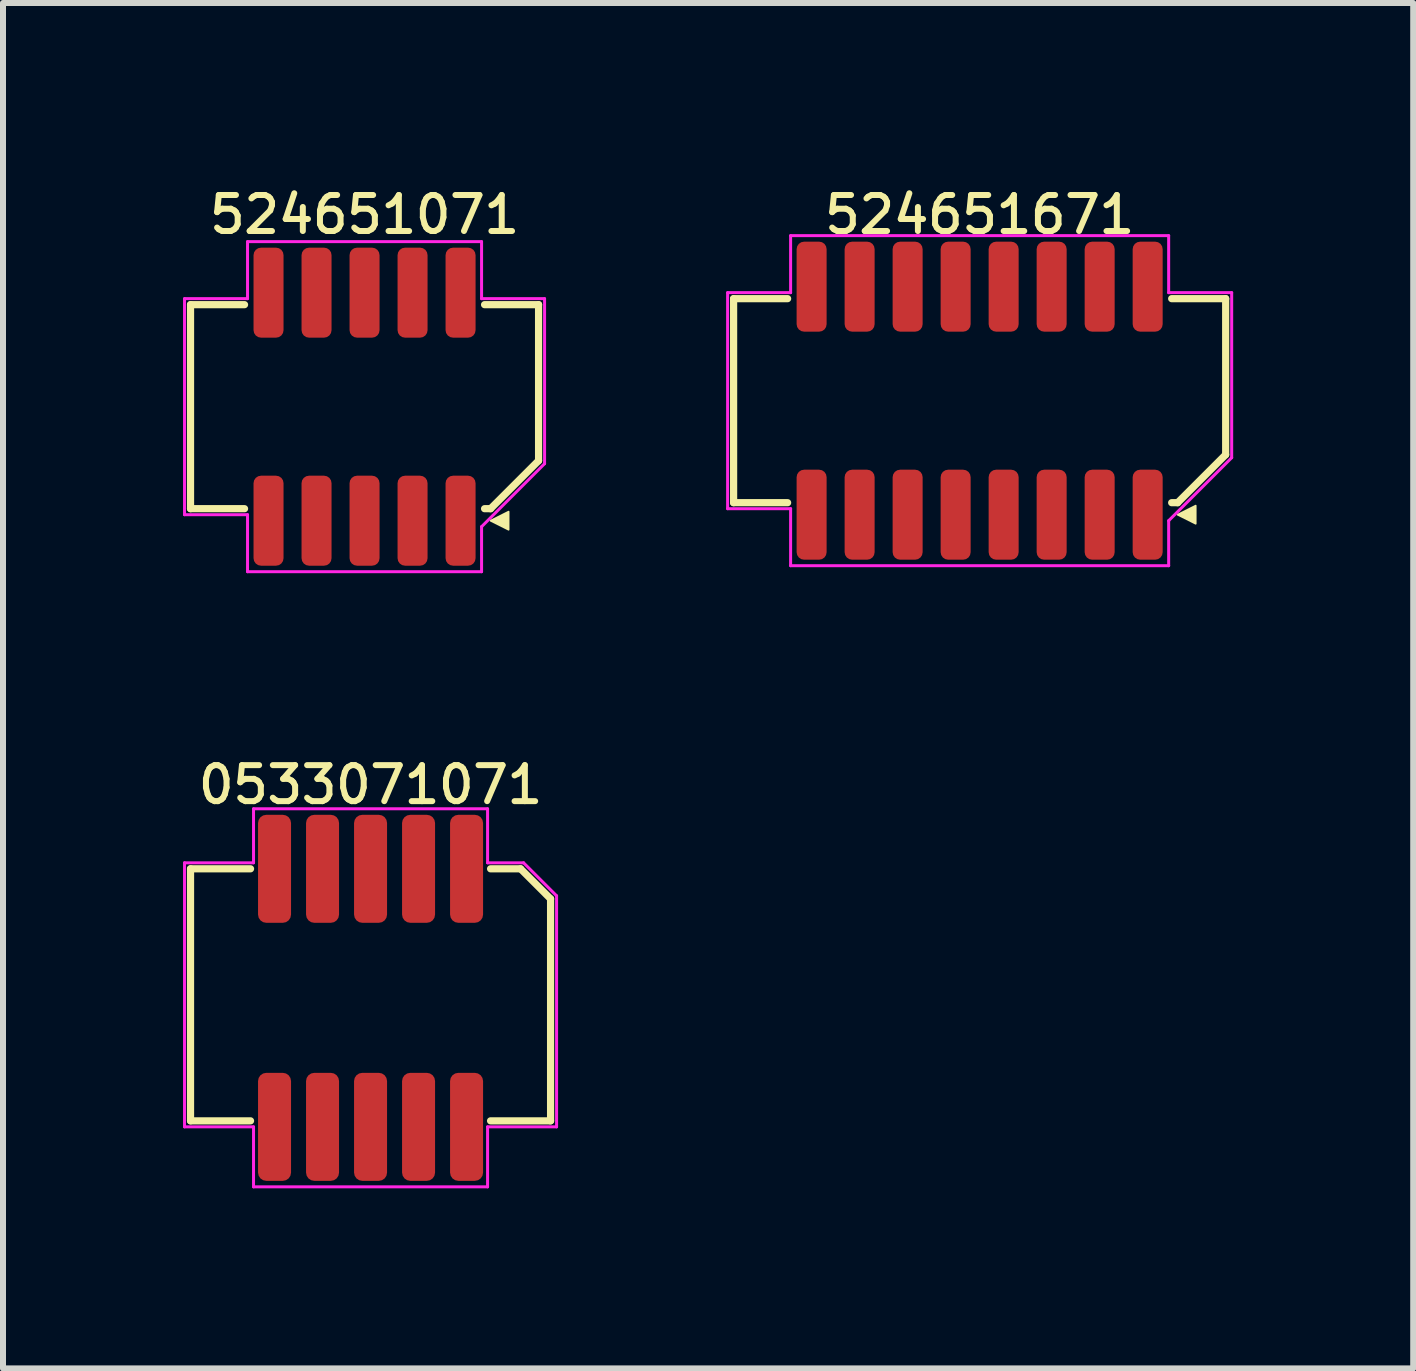
<source format=kicad_pcb>
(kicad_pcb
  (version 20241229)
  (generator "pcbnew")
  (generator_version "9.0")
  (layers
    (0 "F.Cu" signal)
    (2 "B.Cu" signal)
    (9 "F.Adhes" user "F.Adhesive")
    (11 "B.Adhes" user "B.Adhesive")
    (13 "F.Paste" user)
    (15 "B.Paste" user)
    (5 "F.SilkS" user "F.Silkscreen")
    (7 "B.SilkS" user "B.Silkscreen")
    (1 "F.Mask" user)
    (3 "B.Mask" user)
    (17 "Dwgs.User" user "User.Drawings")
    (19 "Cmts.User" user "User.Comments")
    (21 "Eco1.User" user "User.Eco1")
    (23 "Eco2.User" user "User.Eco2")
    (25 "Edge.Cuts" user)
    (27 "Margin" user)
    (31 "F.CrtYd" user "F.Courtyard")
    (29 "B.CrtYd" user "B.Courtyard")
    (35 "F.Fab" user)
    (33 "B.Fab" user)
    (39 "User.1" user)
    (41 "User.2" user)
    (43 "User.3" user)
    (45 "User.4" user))
  (footprint "524651671"
    (layer "F.Cu")
    (at 13.275 3.627)
    (property "Reference" "524651671" (at 0 -3.1 0) (layer "F.SilkS") (effects (font (size 0.6 0.6) (thickness 0.1))))
    (attr through_hole)
    (fp_line (start -4.1 -1.7) (end -4.1 1.7) (stroke (width 0.12) (type solid)) (layer "F.SilkS"))
    (fp_line (start -4.1 1.7) (end -3.2 1.7) (stroke (width 0.12) (type solid)) (layer "F.SilkS"))
    (fp_line (start -3.2 -1.7) (end -4.1 -1.7) (stroke (width 0.12) (type solid)) (layer "F.SilkS"))
    (fp_line (start 3.2 -1.7) (end 4.1 -1.7) (stroke (width 0.12) (type solid)) (layer "F.SilkS"))
    (fp_line (start 3.3 1.7) (end 3.2 1.7) (stroke (width 0.12) (type solid)) (layer "F.SilkS"))
    (fp_line (start 4.1 -1.7) (end 4.1 0.9) (stroke (width 0.12) (type solid)) (layer "F.SilkS"))
    (fp_line (start 4.1 0.9) (end 3.3 1.7) (stroke (width 0.12) (type solid)) (layer "F.SilkS"))
    (fp_poly (pts (xy 3.3 1.9) (xy 3.6 1.75) (xy 3.6 2.05)) (stroke (width 0.03) (type solid)) (fill yes) (layer "F.SilkS"))
    (fp_line (start -4.2 -1.8) (end -3.15 -1.8) (stroke (width 0.05) (type solid)) (layer "F.CrtYd"))
    (fp_line (start -4.2 1.8) (end -4.2 -1.8) (stroke (width 0.05) (type solid)) (layer "F.CrtYd"))
    (fp_line (start -3.15 -2.75) (end 3.15 -2.75) (stroke (width 0.05) (type solid)) (layer "F.CrtYd"))
    (fp_line (start -3.15 -1.8) (end -3.15 -2.75) (stroke (width 0.05) (type solid)) (layer "F.CrtYd"))
    (fp_line (start -3.15 1.8) (end -4.2 1.8) (stroke (width 0.05) (type solid)) (layer "F.CrtYd"))
    (fp_line (start -3.15 2.75) (end -3.15 1.8) (stroke (width 0.05) (type solid)) (layer "F.CrtYd"))
    (fp_line (start 3.15 -2.75) (end 3.15 -1.8) (stroke (width 0.05) (type solid)) (layer "F.CrtYd"))
    (fp_line (start 3.15 -1.8) (end 4.2 -1.8) (stroke (width 0.05) (type solid)) (layer "F.CrtYd"))
    (fp_line (start 3.15 2) (end 3.15 2.75) (stroke (width 0.05) (type solid)) (layer "F.CrtYd"))
    (fp_line (start 3.15 2.75) (end -3.15 2.75) (stroke (width 0.05) (type solid)) (layer "F.CrtYd"))
    (fp_line (start 4.2 -1.8) (end 4.2 0.95) (stroke (width 0.05) (type solid)) (layer "F.CrtYd"))
    (fp_line (start 4.2 0.95) (end 3.15 2) (stroke (width 0.05) (type solid)) (layer "F.CrtYd"))
    (pad "1" smd roundrect (at 2.8 1.9 180) (size 0.5 1.5) (layers "F.Cu" "F.Mask" "F.Paste") (roundrect_rratio 0.25))
    (pad "2" smd roundrect (at 2.8 -1.9 180) (size 0.5 1.5) (layers "F.Cu" "F.Mask" "F.Paste") (roundrect_rratio 0.25))
    (pad "3" smd roundrect (at 2 1.9 180) (size 0.5 1.5) (layers "F.Cu" "F.Mask" "F.Paste") (roundrect_rratio 0.25))
    (pad "4" smd roundrect (at 2 -1.9 180) (size 0.5 1.5) (layers "F.Cu" "F.Mask" "F.Paste") (roundrect_rratio 0.25))
    (pad "5" smd roundrect (at 1.2 1.9 180) (size 0.5 1.5) (layers "F.Cu" "F.Mask" "F.Paste") (roundrect_rratio 0.25))
    (pad "6" smd roundrect (at 1.2 -1.9 180) (size 0.5 1.5) (layers "F.Cu" "F.Mask" "F.Paste") (roundrect_rratio 0.25))
    (pad "7" smd roundrect (at 0.4 1.9 180) (size 0.5 1.5) (layers "F.Cu" "F.Mask" "F.Paste") (roundrect_rratio 0.25))
    (pad "8" smd roundrect (at 0.4 -1.9 180) (size 0.5 1.5) (layers "F.Cu" "F.Mask" "F.Paste") (roundrect_rratio 0.25))
    (pad "9" smd roundrect (at -0.4 1.9 180) (size 0.5 1.5) (layers "F.Cu" "F.Mask" "F.Paste") (roundrect_rratio 0.25))
    (pad "10" smd roundrect (at -0.4 -1.9 180) (size 0.5 1.5) (layers "F.Cu" "F.Mask" "F.Paste") (roundrect_rratio 0.25))
    (pad "11" smd roundrect (at -1.2 1.9 180) (size 0.5 1.5) (layers "F.Cu" "F.Mask" "F.Paste") (roundrect_rratio 0.25))
    (pad "12" smd roundrect (at -1.2 -1.9 180) (size 0.5 1.5) (layers "F.Cu" "F.Mask" "F.Paste") (roundrect_rratio 0.25))
    (pad "13" smd roundrect (at -2 1.9 180) (size 0.5 1.5) (layers "F.Cu" "F.Mask" "F.Paste") (roundrect_rratio 0.25))
    (pad "14" smd roundrect (at -2 -1.9 180) (size 0.5 1.5) (layers "F.Cu" "F.Mask" "F.Paste") (roundrect_rratio 0.25))
    (pad "15" smd roundrect (at -2.8 1.9 180) (size 0.5 1.5) (layers "F.Cu" "F.Mask" "F.Paste") (roundrect_rratio 0.25))
    (pad "16" smd roundrect (at -2.8 -1.9 180) (size 0.5 1.5) (layers "F.Cu" "F.Mask" "F.Paste") (roundrect_rratio 0.25)))
  (footprint "524651071"
    (layer "F.Cu")
    (at 3.025 3.727)
    (property "Reference" "524651071" (at 0 -3.2 0) (layer "F.SilkS") (effects (font (size 0.6 0.6) (thickness 0.1))))
    (attr through_hole)
    (fp_line (start -2.9 -1.7) (end -2.9 1.7) (stroke (width 0.12) (type solid)) (layer "F.SilkS"))
    (fp_line (start -2.9 1.7) (end -2 1.7) (stroke (width 0.12) (type solid)) (layer "F.SilkS"))
    (fp_line (start -2 -1.7) (end -2.9 -1.7) (stroke (width 0.12) (type solid)) (layer "F.SilkS"))
    (fp_line (start 2 -1.7) (end 2.9 -1.7) (stroke (width 0.12) (type solid)) (layer "F.SilkS"))
    (fp_line (start 2.1 1.7) (end 2 1.7) (stroke (width 0.12) (type solid)) (layer "F.SilkS"))
    (fp_line (start 2.9 -1.7) (end 2.9 0.9) (stroke (width 0.12) (type solid)) (layer "F.SilkS"))
    (fp_line (start 2.9 0.9) (end 2.1 1.7) (stroke (width 0.12) (type solid)) (layer "F.SilkS"))
    (fp_poly (pts (xy 2.1 1.9) (xy 2.4 1.75) (xy 2.4 2.05)) (stroke (width 0.03) (type solid)) (fill yes) (layer "F.SilkS"))
    (fp_line (start -3 -1.8) (end -1.95 -1.8) (stroke (width 0.05) (type solid)) (layer "F.CrtYd"))
    (fp_line (start -3 1.8) (end -3 -1.8) (stroke (width 0.05) (type solid)) (layer "F.CrtYd"))
    (fp_line (start -1.95 -2.75) (end 1.95 -2.75) (stroke (width 0.05) (type solid)) (layer "F.CrtYd"))
    (fp_line (start -1.95 -1.8) (end -1.95 -2.75) (stroke (width 0.05) (type solid)) (layer "F.CrtYd"))
    (fp_line (start -1.95 1.8) (end -3 1.8) (stroke (width 0.05) (type solid)) (layer "F.CrtYd"))
    (fp_line (start -1.95 2.75) (end -1.95 1.8) (stroke (width 0.05) (type solid)) (layer "F.CrtYd"))
    (fp_line (start 1.95 -2.75) (end 1.95 -1.8) (stroke (width 0.05) (type solid)) (layer "F.CrtYd"))
    (fp_line (start 1.95 -1.8) (end 3 -1.8) (stroke (width 0.05) (type solid)) (layer "F.CrtYd"))
    (fp_line (start 1.95 2) (end 1.95 2.75) (stroke (width 0.05) (type solid)) (layer "F.CrtYd"))
    (fp_line (start 1.95 2.75) (end -1.95 2.75) (stroke (width 0.05) (type solid)) (layer "F.CrtYd"))
    (fp_line (start 3 -1.8) (end 3 0.95) (stroke (width 0.05) (type solid)) (layer "F.CrtYd"))
    (fp_line (start 3 0.95) (end 1.95 2) (stroke (width 0.05) (type solid)) (layer "F.CrtYd"))
    (pad "1" smd roundrect (at 1.6 1.9 180) (size 0.5 1.5) (layers "F.Cu" "F.Mask" "F.Paste") (roundrect_rratio 0.25))
    (pad "2" smd roundrect (at 1.6 -1.9 180) (size 0.5 1.5) (layers "F.Cu" "F.Mask" "F.Paste") (roundrect_rratio 0.25))
    (pad "3" smd roundrect (at 0.8 1.9 180) (size 0.5 1.5) (layers "F.Cu" "F.Mask" "F.Paste") (roundrect_rratio 0.25))
    (pad "4" smd roundrect (at 0.8 -1.9 180) (size 0.5 1.5) (layers "F.Cu" "F.Mask" "F.Paste") (roundrect_rratio 0.25))
    (pad "5" smd roundrect (at 0 1.9 180) (size 0.5 1.5) (layers "F.Cu" "F.Mask" "F.Paste") (roundrect_rratio 0.25))
    (pad "6" smd roundrect (at 0 -1.9 180) (size 0.5 1.5) (layers "F.Cu" "F.Mask" "F.Paste") (roundrect_rratio 0.25))
    (pad "7" smd roundrect (at -0.8 1.9 180) (size 0.5 1.5) (layers "F.Cu" "F.Mask" "F.Paste") (roundrect_rratio 0.25))
    (pad "8" smd roundrect (at -0.8 -1.9 180) (size 0.5 1.5) (layers "F.Cu" "F.Mask" "F.Paste") (roundrect_rratio 0.25))
    (pad "9" smd roundrect (at -1.6 1.9 180) (size 0.5 1.5) (layers "F.Cu" "F.Mask" "F.Paste") (roundrect_rratio 0.25))
    (pad "10" smd roundrect (at -1.6 -1.9 180) (size 0.5 1.5) (layers "F.Cu" "F.Mask" "F.Paste") (roundrect_rratio 0.25)))
  (footprint "0533071071"
    (layer "F.Cu")
    (at 3.125 13.578)
    (property "Reference" "0533071071" (at 0 -3.55 0) (layer "F.SilkS") (effects (font (size 0.6 0.6) (thickness 0.1))))
    (attr through_hole)
    (fp_line (start -3 -2.15) (end -3 2.05) (stroke (width 0.12) (type solid)) (layer "F.SilkS"))
    (fp_line (start -3 2.05) (end -2 2.05) (stroke (width 0.12) (type solid)) (layer "F.SilkS"))
    (fp_line (start -2 -2.15) (end -3 -2.15) (stroke (width 0.12) (type solid)) (layer "F.SilkS"))
    (fp_line (start 2 2.05) (end 3 2.05) (stroke (width 0.12) (type solid)) (layer "F.SilkS"))
    (fp_line (start 2.5 -2.15) (end 2 -2.15) (stroke (width 0.12) (type solid)) (layer "F.SilkS"))
    (fp_line (start 3 -1.65) (end 2.5 -2.15) (stroke (width 0.12) (type solid)) (layer "F.SilkS"))
    (fp_line (start 3 -1.65) (end 3 2.05) (stroke (width 0.12) (type solid)) (layer "F.SilkS"))
    (fp_line (start -3.1 -2.25) (end -1.95 -2.25) (stroke (width 0.05) (type solid)) (layer "F.CrtYd"))
    (fp_line (start -3.1 2.15) (end -3.1 -2.25) (stroke (width 0.05) (type solid)) (layer "F.CrtYd"))
    (fp_line (start -1.95 -3.15) (end 1.95 -3.15) (stroke (width 0.05) (type solid)) (layer "F.CrtYd"))
    (fp_line (start -1.95 -2.25) (end -1.95 -3.15) (stroke (width 0.05) (type solid)) (layer "F.CrtYd"))
    (fp_line (start -1.95 2.15) (end -3.1 2.15) (stroke (width 0.05) (type solid)) (layer "F.CrtYd"))
    (fp_line (start -1.95 3.15) (end -1.95 2.15) (stroke (width 0.05) (type solid)) (layer "F.CrtYd"))
    (fp_line (start 1.95 -3.15) (end 1.95 -2.25) (stroke (width 0.05) (type solid)) (layer "F.CrtYd"))
    (fp_line (start 1.95 -2.25) (end 2.55 -2.25) (stroke (width 0.05) (type solid)) (layer "F.CrtYd"))
    (fp_line (start 1.95 2.15) (end 1.95 3.15) (stroke (width 0.05) (type solid)) (layer "F.CrtYd"))
    (fp_line (start 1.95 3.15) (end -1.95 3.15) (stroke (width 0.05) (type solid)) (layer "F.CrtYd"))
    (fp_line (start 2.55 -2.25) (end 3.1 -1.7) (stroke (width 0.05) (type solid)) (layer "F.CrtYd"))
    (fp_line (start 3.1 -1.7) (end 3.1 2.15) (stroke (width 0.05) (type solid)) (layer "F.CrtYd"))
    (fp_line (start 3.1 2.15) (end 1.95 2.15) (stroke (width 0.05) (type solid)) (layer "F.CrtYd"))
    (pad "1" smd roundrect (at 1.6 -2.15 180) (size 0.55 1.8) (layers "F.Cu" "F.Mask" "F.Paste") (roundrect_rratio 0.25))
    (pad "2" smd roundrect (at 1.6 2.15 180) (size 0.55 1.8) (layers "F.Cu" "F.Mask" "F.Paste") (roundrect_rratio 0.25))
    (pad "3" smd roundrect (at 0.8 -2.15 180) (size 0.55 1.8) (layers "F.Cu" "F.Mask" "F.Paste") (roundrect_rratio 0.25))
    (pad "4" smd roundrect (at 0.8 2.15 180) (size 0.55 1.8) (layers "F.Cu" "F.Mask" "F.Paste") (roundrect_rratio 0.25))
    (pad "5" smd roundrect (at 0 -2.15 180) (size 0.55 1.8) (layers "F.Cu" "F.Mask" "F.Paste") (roundrect_rratio 0.25))
    (pad "6" smd roundrect (at 0 2.15 180) (size 0.55 1.8) (layers "F.Cu" "F.Mask" "F.Paste") (roundrect_rratio 0.25))
    (pad "7" smd roundrect (at -0.8 -2.15 180) (size 0.55 1.8) (layers "F.Cu" "F.Mask" "F.Paste") (roundrect_rratio 0.25))
    (pad "8" smd roundrect (at -0.8 2.15 180) (size 0.55 1.8) (layers "F.Cu" "F.Mask" "F.Paste") (roundrect_rratio 0.25))
    (pad "9" smd roundrect (at -1.6 -2.15 180) (size 0.55 1.8) (layers "F.Cu" "F.Mask" "F.Paste") (roundrect_rratio 0.25))
    (pad "10" smd roundrect (at -1.6 2.15 180) (size 0.55 1.8) (layers "F.Cu" "F.Mask" "F.Paste") (roundrect_rratio 0.25)))
  (gr_rect
    (start -3 -3)
    (end 20.5 19.753)
    (stroke (width 0.1) (type default))
    (fill no)
    (layer "Edge.Cuts")))
</source>
